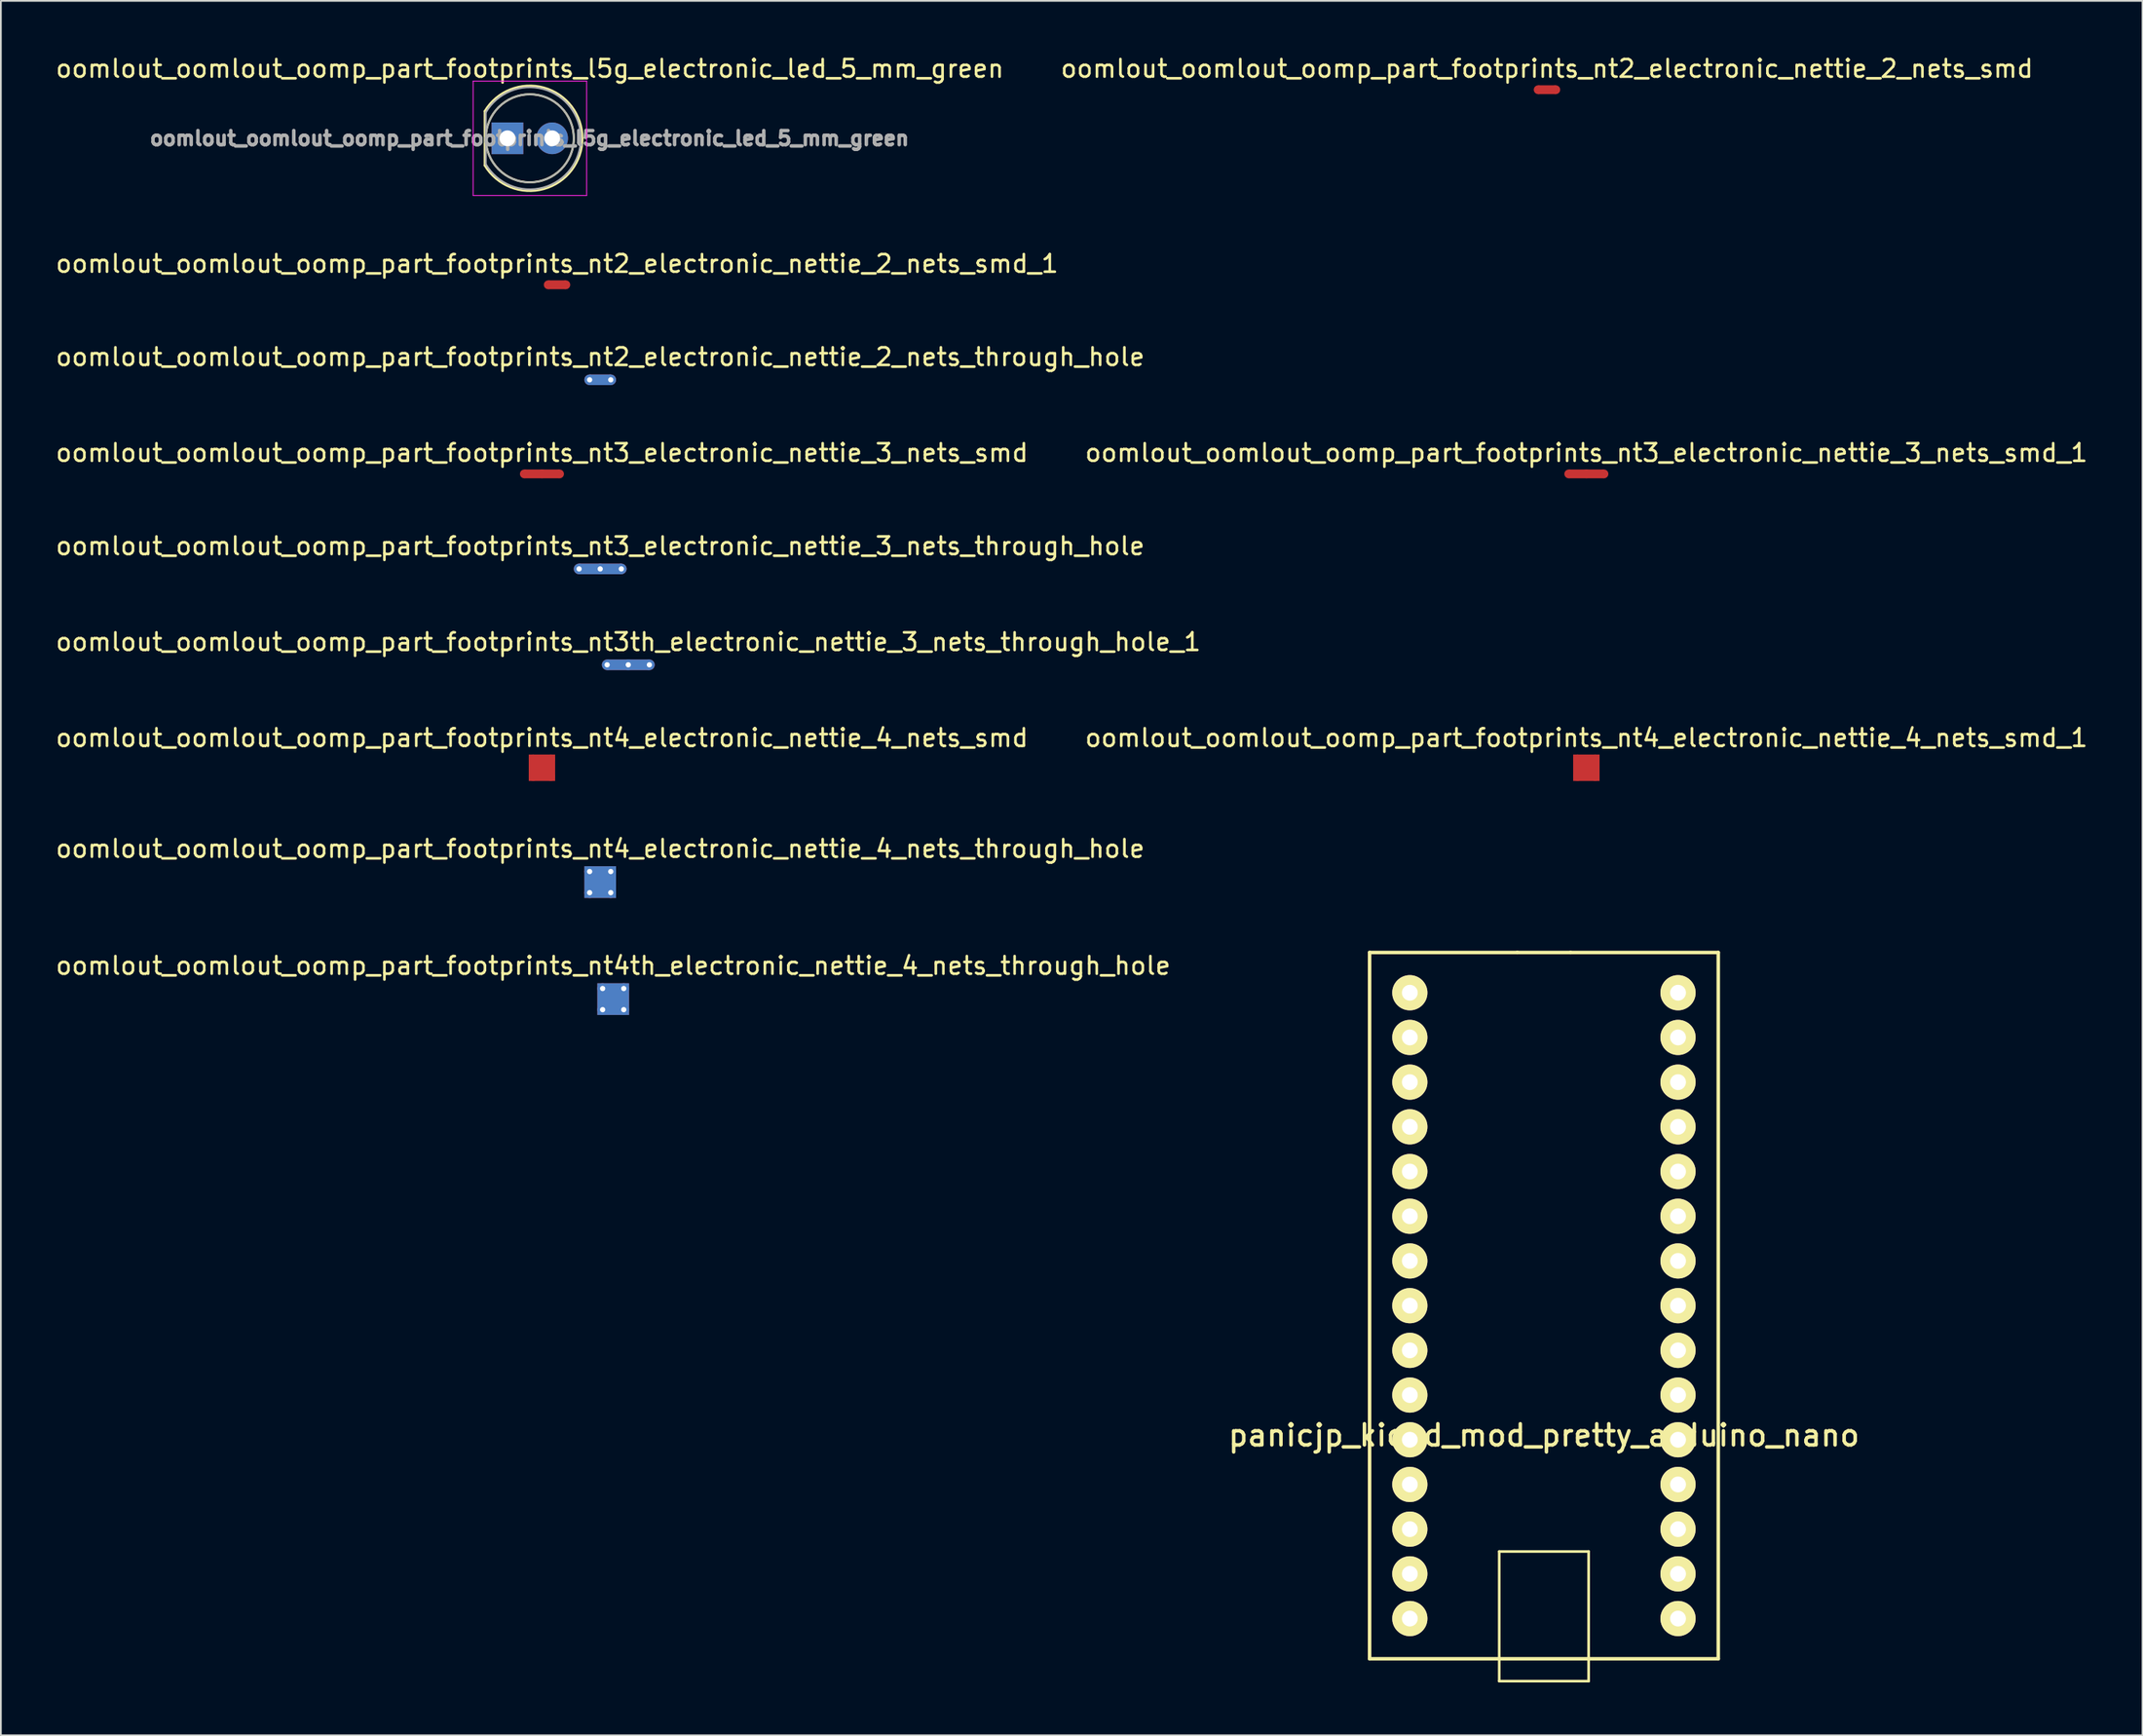
<source format=kicad_pcb>
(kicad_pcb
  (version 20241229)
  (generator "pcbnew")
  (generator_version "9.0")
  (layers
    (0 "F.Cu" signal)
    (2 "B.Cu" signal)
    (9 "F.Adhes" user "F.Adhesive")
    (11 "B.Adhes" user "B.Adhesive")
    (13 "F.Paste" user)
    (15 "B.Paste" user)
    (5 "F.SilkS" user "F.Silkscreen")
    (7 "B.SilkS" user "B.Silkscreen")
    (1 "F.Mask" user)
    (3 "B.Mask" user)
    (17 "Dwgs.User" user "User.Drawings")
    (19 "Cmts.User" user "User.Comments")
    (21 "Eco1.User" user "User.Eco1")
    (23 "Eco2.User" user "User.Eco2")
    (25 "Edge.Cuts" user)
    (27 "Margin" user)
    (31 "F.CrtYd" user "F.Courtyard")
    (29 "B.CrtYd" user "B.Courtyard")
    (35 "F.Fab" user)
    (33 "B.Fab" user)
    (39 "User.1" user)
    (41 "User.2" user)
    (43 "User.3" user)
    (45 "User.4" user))
  (footprint "oomlout_oomlout_oomp_part_footprints_nt3_electronic_nettie_3_nets_through_hole"
    (layer "F.Cu")
    (at 29.854 29.276)
    (property "Reference" "oomlout_oomlout_oomp_part_footprints_nt3_electronic_nettie_3_nets_through_hole" (at 1.2 -1.3 0) (layer "F.SilkS") (effects (font (size 1 1) (thickness 0.15))))
    (attr exclude_from_pos_files exclude_from_bom)
    (fp_poly (pts (xy 0 -0.3) (xy 2.4 -0.3) (xy 2.4 0.3) (xy 0 0.3)) (stroke (width 0) (type solid)) (fill yes) (layer "F.Cu"))
    (fp_poly (pts (xy 0 -0.3) (xy 2.4 -0.3) (xy 2.4 0.3) (xy 0 0.3)) (stroke (width 0) (type solid)) (fill yes) (layer "B.Cu"))
    (pad "1" thru_hole circle (at 0 0) (size 0.6 0.6) (drill 0.3) (layers "*.Cu"))
    (pad "2" thru_hole circle (at 1.2 0) (size 0.6 0.6) (drill 0.3) (layers "*.Cu"))
    (pad "3" thru_hole circle (at 2.4 0) (size 0.6 0.6) (drill 0.3) (layers "*.Cu")))
  (footprint "oomlout_oomlout_oomp_part_footprints_l5g_electronic_led_5_mm_green"
    (layer "F.Cu")
    (at 25.784 4.808)
    (property "Reference" "oomlout_oomlout_oomp_part_footprints_l5g_electronic_led_5_mm_green" (at 1.27 -3.96 0) (layer "F.SilkS") (effects (font (size 1 1) (thickness 0.15))))
    (attr through_hole)
    (fp_line (start -1.29 -1.545) (end -1.29 1.545) (stroke (width 0.12) (type solid)) (layer "F.SilkS"))
    (fp_arc (start -1.29 -1.54483) (mid 2.072002 -2.880433) (end 4.26 0.000462) (stroke (width 0.12) (type solid)) (layer "F.SilkS"))
    (fp_arc (start 4.26 -0.000462) (mid 2.072002 2.880433) (end -1.29 1.54483) (stroke (width 0.12) (type solid)) (layer "F.SilkS"))
    (fp_circle (center 1.27 0) (end 3.77 0) (stroke (width 0.12) (type solid)) (fill no) (layer "F.SilkS"))
    (fp_line (start -1.95 -3.25) (end -1.95 3.25) (stroke (width 0.05) (type solid)) (layer "F.CrtYd"))
    (fp_line (start -1.95 3.25) (end 4.5 3.25) (stroke (width 0.05) (type solid)) (layer "F.CrtYd"))
    (fp_line (start 4.5 -3.25) (end -1.95 -3.25) (stroke (width 0.05) (type solid)) (layer "F.CrtYd"))
    (fp_line (start 4.5 3.25) (end 4.5 -3.25) (stroke (width 0.05) (type solid)) (layer "F.CrtYd"))
    (fp_line (start -1.23 -1.47) (end -1.23 1.47) (stroke (width 0.1) (type solid)) (layer "F.Fab"))
    (fp_arc (start -1.23 -1.469694) (mid 4.17 0.000016) (end -1.230016 1.469666) (stroke (width 0.1) (type solid)) (layer "F.Fab"))
    (fp_circle (center 1.27 0) (end 3.77 0) (stroke (width 0.1) (type solid)) (fill no) (layer "F.Fab"))
    (fp_text user "${REFERENCE}" (at 1.25 0 0) (layer "F.Fab") (effects (font (size 0.8 0.8) (thickness 0.2))))
    (pad "1" thru_hole rect (at 0 0) (size 1.8 1.8) (drill 0.9) (layers "*.Cu" "*.Mask"))
    (pad "2" thru_hole circle (at 2.54 0) (size 1.8 1.8) (drill 0.9) (layers "*.Cu" "*.Mask")))
  (footprint "oomlout_oomlout_oomp_part_footprints_nt2_electronic_nettie_2_nets_smd"
    (layer "F.Cu")
    (at 84.851 2.048)
    (property "Reference" "oomlout_oomlout_oomp_part_footprints_nt2_electronic_nettie_2_nets_smd" (at 0 -1.2 0) (layer "F.SilkS") (effects (font (size 1 1) (thickness 0.15))))
    (attr exclude_from_pos_files exclude_from_bom)
    (fp_poly (pts (xy -0.5 -0.25) (xy 0.5 -0.25) (xy 0.5 0.25) (xy -0.5 0.25)) (stroke (width 0) (type solid)) (fill yes) (layer "F.Cu"))
    (pad "1" smd circle (at -0.5 0) (size 0.5 0.5) (layers "F.Cu"))
    (pad "2" smd circle (at 0.5 0) (size 0.5 0.5) (layers "F.Cu")))
  (footprint "oomlout_oomlout_oomp_part_footprints_nt4_electronic_nettie_4_nets_smd"
    (layer "F.Cu")
    (at 27.744 40.573)
    (property "Reference" "oomlout_oomlout_oomp_part_footprints_nt4_electronic_nettie_4_nets_smd" (at 0 -1.7 0) (layer "F.SilkS") (effects (font (size 1 1) (thickness 0.15))))
    (attr exclude_from_pos_files exclude_from_bom)
    (fp_poly (pts (xy -0.75 -0.75) (xy 0.75 -0.75) (xy 0.75 0.75) (xy -0.75 0.75)) (stroke (width 0) (type solid)) (fill yes) (layer "F.Cu"))
    (pad "1" smd circle (at -0.5 -0.5) (size 0.5 0.5) (layers "F.Cu"))
    (pad "2" smd circle (at 0.5 -0.5) (size 0.5 0.5) (layers "F.Cu"))
    (pad "3" smd circle (at -0.5 0.5) (size 0.5 0.5) (layers "F.Cu"))
    (pad "4" smd circle (at 0.5 0.5) (size 0.5 0.5) (layers "F.Cu")))
  (footprint "oomlout_oomlout_oomp_part_footprints_nt3_electronic_nettie_3_nets_smd_1"
    (layer "F.Cu")
    (at 87.089 23.878)
    (property "Reference" "oomlout_oomlout_oomp_part_footprints_nt3_electronic_nettie_3_nets_smd_1" (at 0 -1.2 0) (layer "F.SilkS") (effects (font (size 1 1) (thickness 0.15))))
    (attr exclude_from_pos_files exclude_from_bom)
    (fp_poly (pts (xy -1 -0.25) (xy 1 -0.25) (xy 1 0.25) (xy -1 0.25)) (stroke (width 0) (type solid)) (fill yes) (layer "F.Cu"))
    (pad "1" smd circle (at -1 0) (size 0.5 0.5) (layers "F.Cu"))
    (pad "2" smd circle (at 0 0) (size 0.5 0.5) (layers "F.Cu"))
    (pad "3" smd circle (at 1 0) (size 0.5 0.5) (layers "F.Cu")))
  (footprint "oomlout_oomlout_oomp_part_footprints_nt4th_electronic_nettie_4_nets_through_hole"
    (layer "F.Cu")
    (at 31.192 53.119)
    (property "Reference" "oomlout_oomlout_oomp_part_footprints_nt4th_electronic_nettie_4_nets_through_hole" (at 0.6 -1.3 0) (layer "F.SilkS") (effects (font (size 1 1) (thickness 0.15))))
    (attr exclude_from_pos_files exclude_from_bom)
    (fp_poly (pts (xy -0.3 -0.3) (xy 1.5 -0.3) (xy 1.5 1.5) (xy -0.3 1.5)) (stroke (width 0) (type solid)) (fill yes) (layer "F.Cu"))
    (fp_poly (pts (xy -0.3 -0.3) (xy 1.5 -0.3) (xy 1.5 1.5) (xy -0.3 1.5)) (stroke (width 0) (type solid)) (fill yes) (layer "B.Cu"))
    (pad "1" thru_hole circle (at 0 0) (size 0.6 0.6) (drill 0.3) (layers "*.Cu"))
    (pad "2" thru_hole circle (at 1.2 0) (size 0.6 0.6) (drill 0.3) (layers "*.Cu"))
    (pad "3" thru_hole circle (at 0 1.2) (size 0.6 0.6) (drill 0.3) (layers "*.Cu"))
    (pad "4" thru_hole circle (at 1.2 1.2) (size 0.6 0.6) (drill 0.3) (layers "*.Cu")))
  (footprint "oomlout_oomlout_oomp_part_footprints_nt2_electronic_nettie_2_nets_through_hole"
    (layer "F.Cu")
    (at 30.454 18.53)
    (property "Reference" "oomlout_oomlout_oomp_part_footprints_nt2_electronic_nettie_2_nets_through_hole" (at 0.6 -1.3 0) (layer "F.SilkS") (effects (font (size 1 1) (thickness 0.15))))
    (attr exclude_from_pos_files exclude_from_bom)
    (fp_poly (pts (xy 0 -0.3) (xy 1.2 -0.3) (xy 1.2 0.3) (xy 0 0.3)) (stroke (width 0) (type solid)) (fill yes) (layer "F.Cu"))
    (fp_poly (pts (xy 0 -0.3) (xy 1.2 -0.3) (xy 1.2 0.3) (xy 0 0.3)) (stroke (width 0) (type solid)) (fill yes) (layer "B.Cu"))
    (pad "1" thru_hole circle (at 0 0) (size 0.6 0.6) (drill 0.3) (layers "*.Cu"))
    (pad "2" thru_hole circle (at 1.2 0) (size 0.6 0.6) (drill 0.3) (layers "*.Cu")))
  (footprint "oomlout_oomlout_oomp_part_footprints_nt4_electronic_nettie_4_nets_through_hole"
    (layer "F.Cu")
    (at 30.454 46.471)
    (property "Reference" "oomlout_oomlout_oomp_part_footprints_nt4_electronic_nettie_4_nets_through_hole" (at 0.6 -1.3 0) (layer "F.SilkS") (effects (font (size 1 1) (thickness 0.15))))
    (attr exclude_from_pos_files exclude_from_bom)
    (fp_poly (pts (xy -0.3 -0.3) (xy 1.5 -0.3) (xy 1.5 1.5) (xy -0.3 1.5)) (stroke (width 0) (type solid)) (fill yes) (layer "F.Cu"))
    (fp_poly (pts (xy -0.3 -0.3) (xy 1.5 -0.3) (xy 1.5 1.5) (xy -0.3 1.5)) (stroke (width 0) (type solid)) (fill yes) (layer "B.Cu"))
    (pad "1" thru_hole circle (at 0 0) (size 0.6 0.6) (drill 0.3) (layers "*.Cu"))
    (pad "2" thru_hole circle (at 1.2 0) (size 0.6 0.6) (drill 0.3) (layers "*.Cu"))
    (pad "3" thru_hole circle (at 0 1.2) (size 0.6 0.6) (drill 0.3) (layers "*.Cu"))
    (pad "4" thru_hole circle (at 1.2 1.2) (size 0.6 0.6) (drill 0.3) (layers "*.Cu")))
  (footprint "oomlout_oomlout_oomp_part_footprints_nt2_electronic_nettie_2_nets_smd_1"
    (layer "F.Cu")
    (at 28.601 13.132)
    (property "Reference" "oomlout_oomlout_oomp_part_footprints_nt2_electronic_nettie_2_nets_smd_1" (at 0 -1.2 0) (layer "F.SilkS") (effects (font (size 1 1) (thickness 0.15))))
    (attr exclude_from_pos_files exclude_from_bom)
    (fp_poly (pts (xy -0.5 -0.25) (xy 0.5 -0.25) (xy 0.5 0.25) (xy -0.5 0.25)) (stroke (width 0) (type solid)) (fill yes) (layer "F.Cu"))
    (pad "1" smd circle (at -0.5 0) (size 0.5 0.5) (layers "F.Cu"))
    (pad "2" smd circle (at 0.5 0) (size 0.5 0.5) (layers "F.Cu")))
  (footprint "panicjp_kicad_mod_pretty_arduino_nano"
    (layer "F.Cu")
    (at 84.678 71.137)
    (property "Reference" "panicjp_kicad_mod_pretty_arduino_nano" (at 0 7.366 0) (layer "F.SilkS") (effects (font (size 1.2 1.2) (thickness 0.2))))
    (attr through_hole)
    (fp_line (start -9.906 -20.066) (end -9.906 20.066) (stroke (width 0.2) (type solid)) (layer "F.SilkS"))
    (fp_line (start -9.906 20.066) (end 9.906 20.066) (stroke (width 0.2) (type solid)) (layer "F.SilkS"))
    (fp_line (start -2.54 13.97) (end 2.54 13.97) (stroke (width 0.15) (type solid)) (layer "F.SilkS"))
    (fp_line (start -2.54 21.336) (end -2.54 13.97) (stroke (width 0.15) (type solid)) (layer "F.SilkS"))
    (fp_line (start -2.54 21.336) (end 2.54 21.336) (stroke (width 0.15) (type solid)) (layer "F.SilkS"))
    (fp_line (start -1.524 -20.066) (end 1.524 -20.066) (stroke (width 0.2) (type solid)) (layer "F.SilkS"))
    (fp_line (start -1.5 -20.066) (end -9.906 -20.066) (stroke (width 0.2) (type solid)) (layer "F.SilkS"))
    (fp_line (start 2.54 13.97) (end 2.54 21.336) (stroke (width 0.15) (type solid)) (layer "F.SilkS"))
    (fp_line (start 9.906 -20.066) (end 1.5 -20.066) (stroke (width 0.2) (type solid)) (layer "F.SilkS"))
    (fp_line (start 9.906 20.066) (end 9.906 -20.066) (stroke (width 0.2) (type solid)) (layer "F.SilkS"))
    (pad "1" thru_hole circle (at -7.62 -17.78) (size 2 2) (drill 0.9) (layers "*.Cu" "*.Mask" "F.SilkS"))
    (pad "2" thru_hole circle (at -7.62 -15.24) (size 2 2) (drill 0.9) (layers "*.Cu" "*.Mask" "F.SilkS"))
    (pad "3" thru_hole circle (at -7.62 -12.7) (size 2 2) (drill 0.9) (layers "*.Cu" "*.Mask" "F.SilkS"))
    (pad "4" thru_hole circle (at -7.62 -10.16) (size 2 2) (drill 0.9) (layers "*.Cu" "*.Mask" "F.SilkS"))
    (pad "5" thru_hole circle (at -7.62 -7.62) (size 2 2) (drill 0.9) (layers "*.Cu" "*.Mask" "F.SilkS"))
    (pad "6" thru_hole circle (at -7.62 -5.08) (size 2 2) (drill 0.9) (layers "*.Cu" "*.Mask" "F.SilkS"))
    (pad "7" thru_hole circle (at -7.62 -2.54) (size 2 2) (drill 0.9) (layers "*.Cu" "*.Mask" "F.SilkS"))
    (pad "8" thru_hole circle (at -7.62 0) (size 2 2) (drill 0.9) (layers "*.Cu" "*.Mask" "F.SilkS"))
    (pad "9" thru_hole circle (at -7.62 2.54) (size 2 2) (drill 0.9) (layers "*.Cu" "*.Mask" "F.SilkS"))
    (pad "10" thru_hole circle (at -7.62 5.08) (size 2 2) (drill 0.9) (layers "*.Cu" "*.Mask" "F.SilkS"))
    (pad "11" thru_hole circle (at -7.62 7.62) (size 2 2) (drill 0.9) (layers "*.Cu" "*.Mask" "F.SilkS"))
    (pad "12" thru_hole circle (at -7.62 10.16) (size 2 2) (drill 0.9) (layers "*.Cu" "*.Mask" "F.SilkS"))
    (pad "13" thru_hole circle (at -7.62 12.7) (size 2 2) (drill 0.9) (layers "*.Cu" "*.Mask" "F.SilkS"))
    (pad "14" thru_hole circle (at -7.62 15.24) (size 2 2) (drill 0.9) (layers "*.Cu" "*.Mask" "F.SilkS"))
    (pad "15" thru_hole circle (at -7.62 17.78) (size 2 2) (drill 0.9) (layers "*.Cu" "*.Mask" "F.SilkS"))
    (pad "16" thru_hole circle (at 7.62 17.78) (size 2 2) (drill 0.9) (layers "*.Cu" "*.Mask" "F.SilkS"))
    (pad "17" thru_hole circle (at 7.62 15.24) (size 2 2) (drill 0.9) (layers "*.Cu" "*.Mask" "F.SilkS"))
    (pad "18" thru_hole circle (at 7.62 12.7) (size 2 2) (drill 0.9) (layers "*.Cu" "*.Mask" "F.SilkS"))
    (pad "19" thru_hole circle (at 7.62 10.16) (size 2 2) (drill 0.9) (layers "*.Cu" "*.Mask" "F.SilkS"))
    (pad "20" thru_hole circle (at 7.62 7.62) (size 2 2) (drill 0.9) (layers "*.Cu" "*.Mask" "F.SilkS"))
    (pad "21" thru_hole circle (at 7.62 5.08) (size 2 2) (drill 0.9) (layers "*.Cu" "*.Mask" "F.SilkS"))
    (pad "22" thru_hole circle (at 7.62 2.54) (size 2 2) (drill 0.9) (layers "*.Cu" "*.Mask" "F.SilkS"))
    (pad "23" thru_hole circle (at 7.62 0) (size 2 2) (drill 0.9) (layers "*.Cu" "*.Mask" "F.SilkS"))
    (pad "24" thru_hole circle (at 7.62 -2.54) (size 2 2) (drill 0.9) (layers "*.Cu" "*.Mask" "F.SilkS"))
    (pad "25" thru_hole circle (at 7.62 -5.08) (size 2 2) (drill 0.9) (layers "*.Cu" "*.Mask" "F.SilkS"))
    (pad "26" thru_hole circle (at 7.62 -7.62) (size 2 2) (drill 0.9) (layers "*.Cu" "*.Mask" "F.SilkS"))
    (pad "27" thru_hole circle (at 7.62 -10.16) (size 2 2) (drill 0.9) (layers "*.Cu" "*.Mask" "F.SilkS"))
    (pad "28" thru_hole circle (at 7.62 -12.7) (size 2 2) (drill 0.9) (layers "*.Cu" "*.Mask" "F.SilkS"))
    (pad "29" thru_hole circle (at 7.62 -15.24) (size 2 2) (drill 0.9) (layers "*.Cu" "*.Mask" "F.SilkS"))
    (pad "30" thru_hole circle (at 7.62 -17.78) (size 2 2) (drill 0.9) (layers "*.Cu" "*.Mask" "F.SilkS")))
  (footprint "oomlout_oomlout_oomp_part_footprints_nt3_electronic_nettie_3_nets_smd"
    (layer "F.Cu")
    (at 27.744 23.878)
    (property "Reference" "oomlout_oomlout_oomp_part_footprints_nt3_electronic_nettie_3_nets_smd" (at 0 -1.2 0) (layer "F.SilkS") (effects (font (size 1 1) (thickness 0.15))))
    (attr exclude_from_pos_files exclude_from_bom)
    (fp_poly (pts (xy -1 -0.25) (xy 1 -0.25) (xy 1 0.25) (xy -1 0.25)) (stroke (width 0) (type solid)) (fill yes) (layer "F.Cu"))
    (pad "1" smd circle (at -1 0) (size 0.5 0.5) (layers "F.Cu"))
    (pad "2" smd circle (at 0 0) (size 0.5 0.5) (layers "F.Cu"))
    (pad "3" smd circle (at 1 0) (size 0.5 0.5) (layers "F.Cu")))
  (footprint "oomlout_oomlout_oomp_part_footprints_nt4_electronic_nettie_4_nets_smd_1"
    (layer "F.Cu")
    (at 87.089 40.573)
    (property "Reference" "oomlout_oomlout_oomp_part_footprints_nt4_electronic_nettie_4_nets_smd_1" (at 0 -1.7 0) (layer "F.SilkS") (effects (font (size 1 1) (thickness 0.15))))
    (attr exclude_from_pos_files exclude_from_bom)
    (fp_poly (pts (xy -0.75 -0.75) (xy 0.75 -0.75) (xy 0.75 0.75) (xy -0.75 0.75)) (stroke (width 0) (type solid)) (fill yes) (layer "F.Cu"))
    (pad "1" smd circle (at -0.5 -0.5) (size 0.5 0.5) (layers "F.Cu"))
    (pad "2" smd circle (at 0.5 -0.5) (size 0.5 0.5) (layers "F.Cu"))
    (pad "3" smd circle (at -0.5 0.5) (size 0.5 0.5) (layers "F.Cu"))
    (pad "4" smd circle (at 0.5 0.5) (size 0.5 0.5) (layers "F.Cu")))
  (footprint "oomlout_oomlout_oomp_part_footprints_nt3th_electronic_nettie_3_nets_through_hole_1"
    (layer "F.Cu")
    (at 31.449 34.724)
    (property "Reference" "oomlout_oomlout_oomp_part_footprints_nt3th_electronic_nettie_3_nets_through_hole_1" (at 1.2 -1.3 0) (layer "F.SilkS") (effects (font (size 1 1) (thickness 0.15))))
    (attr exclude_from_pos_files exclude_from_bom)
    (fp_poly (pts (xy 0 -0.3) (xy 2.4 -0.3) (xy 2.4 0.3) (xy 0 0.3)) (stroke (width 0) (type solid)) (fill yes) (layer "F.Cu"))
    (fp_poly (pts (xy 0 -0.3) (xy 2.4 -0.3) (xy 2.4 0.3) (xy 0 0.3)) (stroke (width 0) (type solid)) (fill yes) (layer "B.Cu"))
    (pad "1" thru_hole circle (at 0 0) (size 0.6 0.6) (drill 0.3) (layers "*.Cu"))
    (pad "2" thru_hole circle (at 1.2 0) (size 0.6 0.6) (drill 0.3) (layers "*.Cu"))
    (pad "3" thru_hole circle (at 2.4 0) (size 0.6 0.6) (drill 0.3) (layers "*.Cu")))
  (gr_rect
    (start -3 -3)
    (end 118.69 95.548)
    (stroke (width 0.1) (type default))
    (fill no)
    (layer "Edge.Cuts")))
</source>
